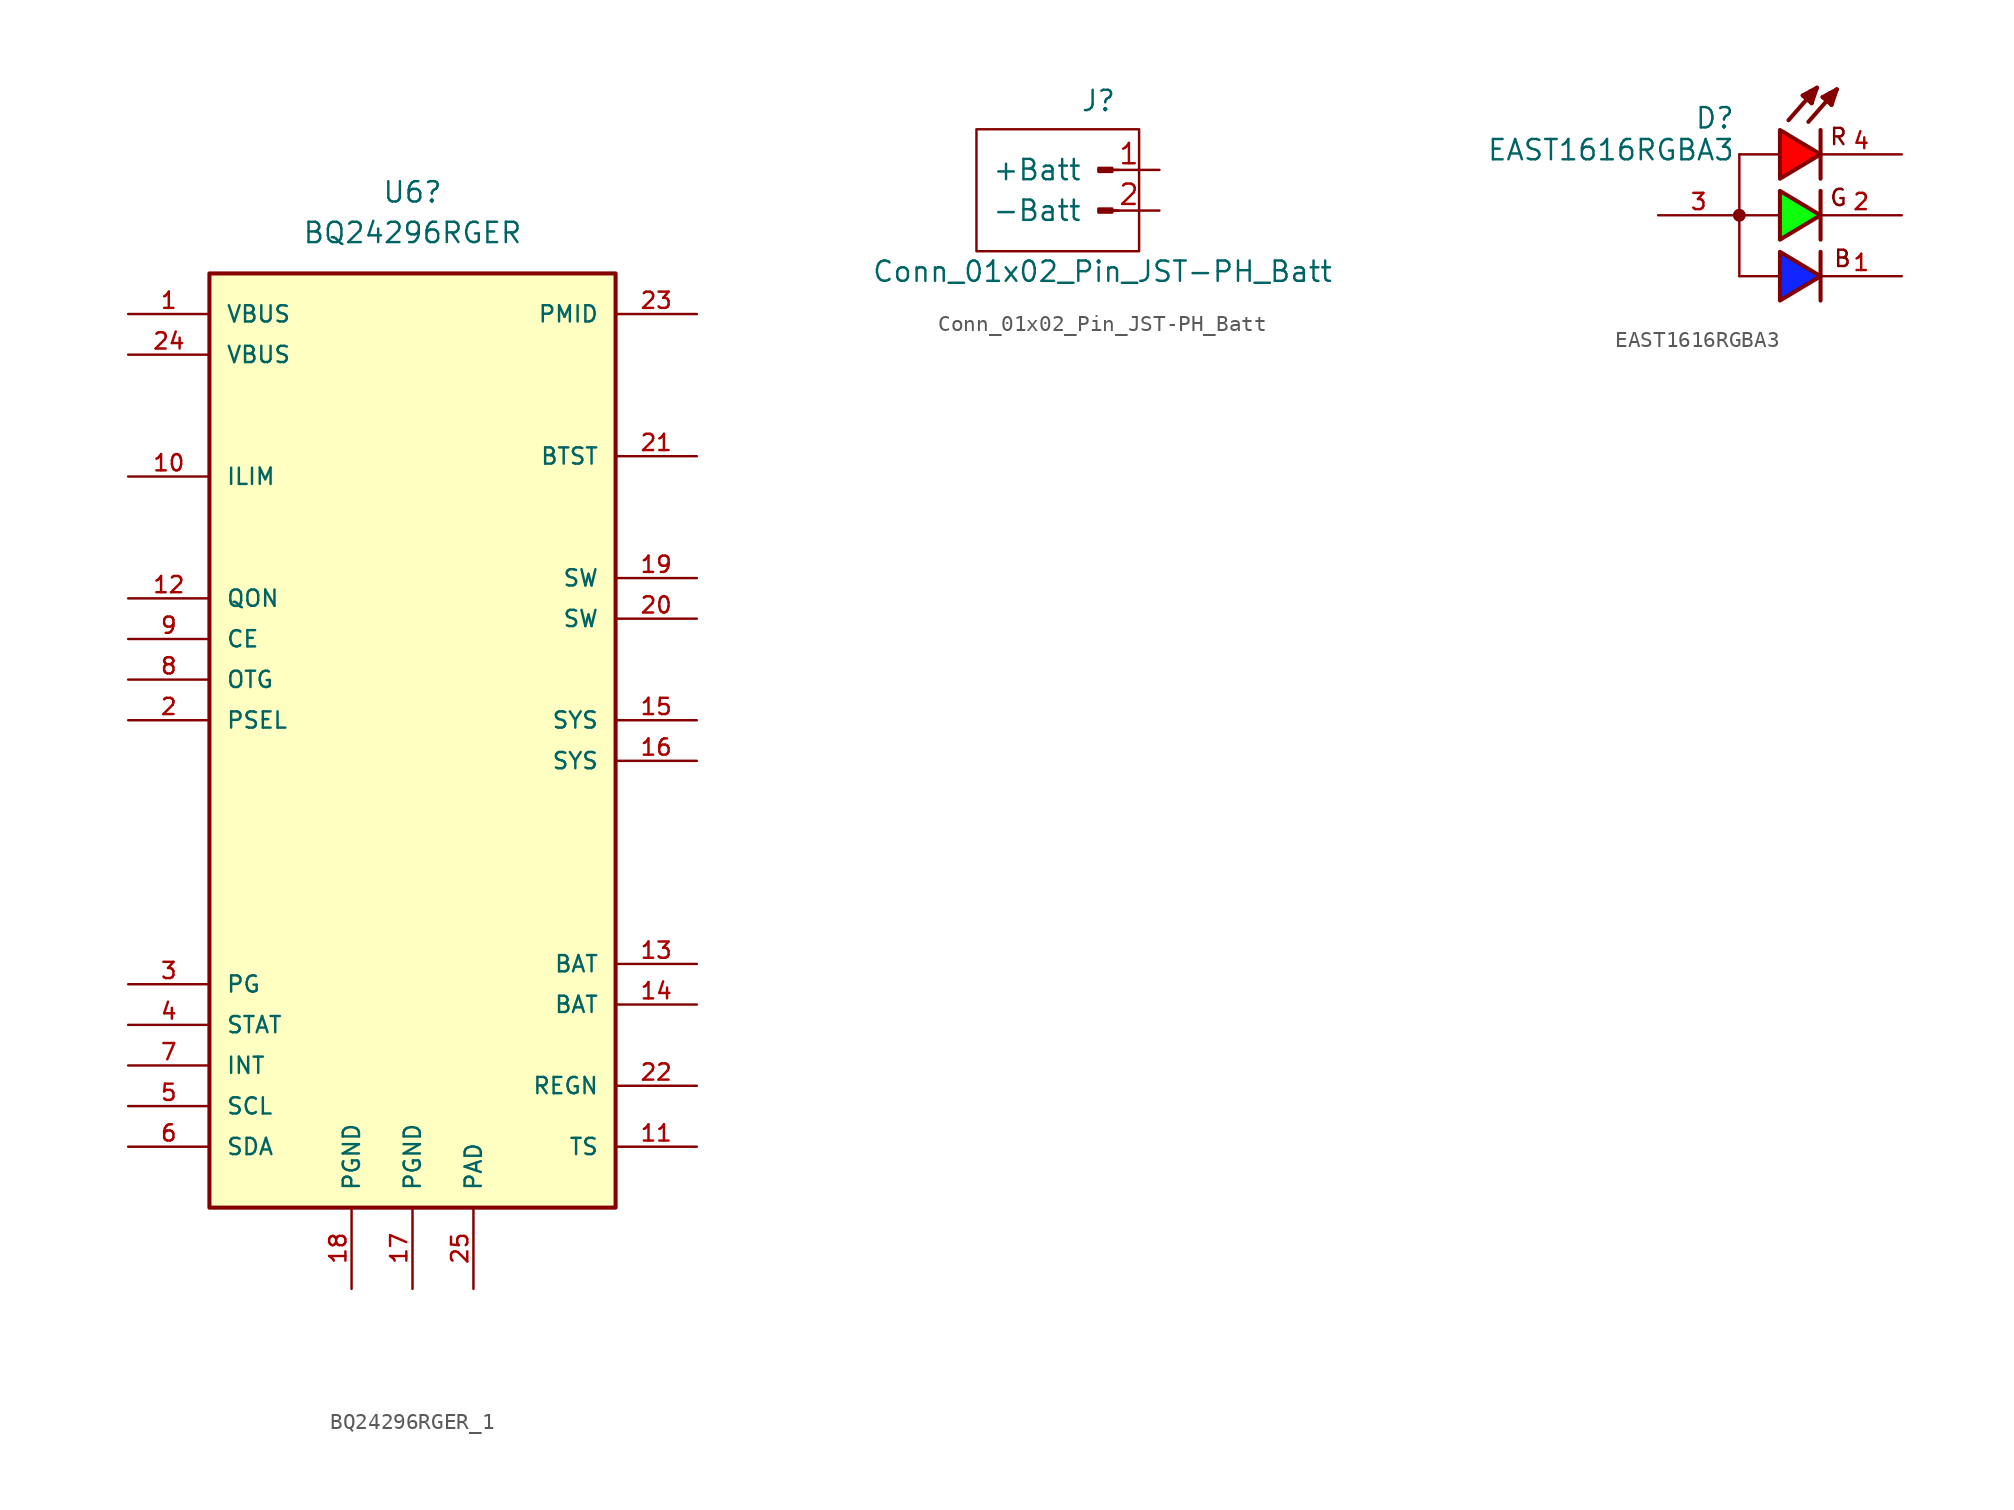
<source format=kicad_sym>
(kicad_symbol_lib
  (version 20231120)
  (generator "kicad_symbol_editor")
  (generator_version "8.0")
  (symbol "BQ24296RGER_1"
    (pin_names
      (offset 1.016))
    (property "Reference" "U6"
      (at 0 27.94 0)
      (effects (font (size 1.27 1.27))))
    (property "Value" "BQ24296RGER"
      (at 0 25.4 0)
      (effects (font (size 1.27 1.27))))
    (symbol "BQ24296RGER_1_0_0"
      (rectangle (start -12.7 22.86) (end 12.7 -35.56) (stroke (width 0.254) (type default)) (fill (type background)))
      (pin power_in line (at -17.78 20.32 0) (length 5.08) (name "VBUS" (effects (font (size 1.016 1.016)))) (number "1" (effects (font (size 1.016 1.016)))))
      (pin input line (at 17.78 -31.75 180) (length 5.08) (name "TS" (effects (font (size 1.016 1.016)))) (number "11" (effects (font (size 1.016 1.016)))))
      (pin input line (at -17.78 2.54 0) (length 5.08) (name "QON" (effects (font (size 1.016 1.016)))) (number "12" (effects (font (size 1.016 1.016)))))
      (pin power_in line (at 17.78 -20.32 180) (length 5.08) (name "BAT" (effects (font (size 1.016 1.016)))) (number "13" (effects (font (size 1.016 1.016)))))
      (pin power_in line (at 17.78 -22.86 180) (length 5.08) (name "BAT" (effects (font (size 1.016 1.016)))) (number "14" (effects (font (size 1.016 1.016)))))
      (pin power_out line (at 17.78 -5.08 180) (length 5.08) (name "SYS" (effects (font (size 1.016 1.016)))) (number "15" (effects (font (size 1.016 1.016)))))
      (pin power_in line (at 0 -40.64 90) (length 5.08) (name "PGND" (effects (font (size 1.016 1.016)))) (number "17" (effects (font (size 1.016 1.016)))))
      (pin power_in line (at -3.81 -40.64 90) (length 5.08) (name "PGND" (effects (font (size 1.016 1.016)))) (number "18" (effects (font (size 1.016 1.016)))))
      (pin output line (at 17.78 3.81 180) (length 5.08) (name "SW" (effects (font (size 1.016 1.016)))) (number "19" (effects (font (size 1.016 1.016)))))
      (pin input line (at -17.78 -5.08 0) (length 5.08) (name "PSEL" (effects (font (size 1.016 1.016)))) (number "2" (effects (font (size 1.016 1.016)))))
      (pin output line (at 17.78 1.27 180) (length 5.08) (name "SW" (effects (font (size 1.016 1.016)))) (number "20" (effects (font (size 1.016 1.016)))))
      (pin input line (at 17.78 11.43 180) (length 5.08) (name "BTST" (effects (font (size 1.016 1.016)))) (number "21" (effects (font (size 1.016 1.016)))))
      (pin power_out line (at 17.78 -27.94 180) (length 5.08) (name "REGN" (effects (font (size 1.016 1.016)))) (number "22" (effects (font (size 1.016 1.016)))))
      (pin power_out line (at 17.78 20.32 180) (length 5.08) (name "PMID" (effects (font (size 1.016 1.016)))) (number "23" (effects (font (size 1.016 1.016)))))
      (pin power_in line (at -17.78 17.78 0) (length 5.08) (name "VBUS" (effects (font (size 1.016 1.016)))) (number "24" (effects (font (size 1.016 1.016)))))
      (pin open_collector line (at -17.78 -21.59 0) (length 5.08) (name "PG" (effects (font (size 1.016 1.016)))) (number "3" (effects (font (size 1.016 1.016)))))
      (pin open_collector line (at -17.78 -24.13 0) (length 5.08) (name "STAT" (effects (font (size 1.016 1.016)))) (number "4" (effects (font (size 1.016 1.016)))))
      (pin open_collector line (at -17.78 -29.21 0) (length 5.08) (name "SCL" (effects (font (size 1.016 1.016)))) (number "5" (effects (font (size 1.016 1.016)))))
      (pin open_collector line (at -17.78 -31.75 0) (length 5.08) (name "SDA" (effects (font (size 1.016 1.016)))) (number "6" (effects (font (size 1.016 1.016)))))
      (pin open_collector line (at -17.78 -26.67 0) (length 5.08) (name "INT" (effects (font (size 1.016 1.016)))) (number "7" (effects (font (size 1.016 1.016)))))
      (pin input line (at -17.78 -2.54 0) (length 5.08) (name "OTG" (effects (font (size 1.016 1.016)))) (number "8" (effects (font (size 1.016 1.016)))))
      (pin input line (at -17.78 0 0) (length 5.08) (name "CE" (effects (font (size 1.016 1.016)))) (number "9" (effects (font (size 1.016 1.016))))))
    (symbol "BQ24296RGER_1_1_0"
      (pin open_emitter line (at -17.78 10.16 0) (length 5.08) (name "ILIM" (effects (font (size 1.016 1.016)))) (number "10" (effects (font (size 1.016 1.016)))))
      (pin passive line (at 17.78 -7.62 180) (length 5.08) (name "SYS" (effects (font (size 1.016 1.016)))) (number "16" (effects (font (size 1.016 1.016))))))
    (symbol "BQ24296RGER_1_1_1"
      (pin power_in line (at 3.81 -40.64 90) (length 5.08) (name "PAD" (effects (font (size 1.016 1.016)))) (number "25" (effects (font (size 1.016 1.016)))))))
  (symbol "Conn_01x02_Pin_JST-PH_Batt"
    (pin_names
      (offset 1.016))
    (property "Reference" "J"
      (at 0 4.318 0)
      (effects (font (size 1.27 1.27))))
    (property "Value" "Conn_01x02_Pin_JST-PH_Batt"
      (at 0.254 -6.35 0)
      (effects (font (size 1.27 1.27))))
    (symbol "Conn_01x02_Pin_JST-PH_Batt_0_1"
      (rectangle (start -7.62 2.54) (end 2.54 -5.08) (stroke (width 0) (type default)) (fill (type none))))
    (symbol "Conn_01x02_Pin_JST-PH_Batt_1_1"
      (polyline (pts (xy 1.27 -2.54) (xy 0.864 -2.54)) (stroke (width 0.152) (type default)) (fill (type none)))
      (polyline (pts (xy 1.27 0) (xy 0.864 0)) (stroke (width 0.152) (type default)) (fill (type none)))
      (rectangle (start 0 0.127) (end 0.864 -0.127) (stroke (width 0.152) (type default)) (fill (type outline)))
      (rectangle (start 0.864 -2.413) (end 0 -2.667) (stroke (width 0.152) (type default)) (fill (type outline)))
      (pin power_out line (at 3.81 0 180) (length 3.81) (name "+Batt" (effects (font (size 1.27 1.27)))) (number "1" (effects (font (size 1.27 1.27)))))
      (pin power_out line (at 3.81 -2.54 180) (length 3.81) (name "-Batt" (effects (font (size 1.27 1.27)))) (number "2" (effects (font (size 1.27 1.27)))))))
  (symbol "EAST1616RGBA3"
    (pin_names
      (offset 1.016))
    (property "Reference" "D"
      (at -2.794 9.144 0)
      (effects (font (size 1.27 1.27)) (justify right bottom)))
    (property "Value" "EAST1616RGBA3"
      (at -2.794 8.636 0)
      (effects (font (size 1.27 1.27)) (justify right top)))
    (symbol "EAST1616RGBA3_0_0"
      (circle (center -2.54 3.81) (radius 0.203) (stroke (width 0.406) (type default)) (fill (type none)))
      (polyline (pts (xy -2.54 0) (xy 0 0)) (stroke (width 0.152) (type default)) (fill (type none)))
      (polyline (pts (xy 0 3.81) (xy -2.54 3.81)) (stroke (width 0.152) (type default)) (fill (type none)))
      (polyline (pts (xy 0 7.62) (xy -2.54 7.62)) (stroke (width 0.152) (type default)) (fill (type none)))
      (polyline (pts (xy 1.422 11.303) (xy 2.311 11.786)) (stroke (width 0.254) (type default)) (fill (type none)))
      (polyline (pts (xy 1.6 11.227) (xy 1.829 11.379)) (stroke (width 0.254) (type default)) (fill (type none)))
      (polyline (pts (xy 1.981 10.82) (xy 1.422 11.303)) (stroke (width 0.254) (type default)) (fill (type none)))
      (polyline (pts (xy 1.981 10.82) (xy 2.007 11.557)) (stroke (width 0.254) (type default)) (fill (type none)))
      (polyline (pts (xy 2.007 11.557) (xy 1.88 11.557)) (stroke (width 0.254) (type default)) (fill (type none)))
      (polyline (pts (xy 2.311 11.786) (xy 0.533 9.754)) (stroke (width 0.254) (type default)) (fill (type none)))
      (polyline (pts (xy 2.311 11.786) (xy 1.981 10.82)) (stroke (width 0.254) (type default)) (fill (type none)))
      (polyline (pts (xy 2.54 1.524) (xy 2.54 -1.524)) (stroke (width 0.254) (type default)) (fill (type none)))
      (polyline (pts (xy 2.54 5.334) (xy 2.54 2.286)) (stroke (width 0.254) (type default)) (fill (type none)))
      (polyline (pts (xy 2.54 9.144) (xy 2.54 6.096)) (stroke (width 0.254) (type default)) (fill (type none)))
      (polyline (pts (xy 2.667 11.201) (xy 3.556 11.684)) (stroke (width 0.254) (type default)) (fill (type none)))
      (polyline (pts (xy 2.845 11.125) (xy 3.073 11.278)) (stroke (width 0.254) (type default)) (fill (type none)))
      (polyline (pts (xy 3.226 10.719) (xy 2.667 11.201)) (stroke (width 0.254) (type default)) (fill (type none)))
      (polyline (pts (xy 3.226 10.719) (xy 3.251 11.455)) (stroke (width 0.254) (type default)) (fill (type none)))
      (polyline (pts (xy 3.251 11.455) (xy 3.124 11.455)) (stroke (width 0.254) (type default)) (fill (type none)))
      (polyline (pts (xy 3.556 11.684) (xy 1.778 9.652)) (stroke (width 0.254) (type default)) (fill (type none)))
      (polyline (pts (xy 3.556 11.684) (xy 3.226 10.719)) (stroke (width 0.254) (type default)) (fill (type none)))
      (pin passive line (at 7.62 0 180) (length 5.08) (name "~" (effects (font (size 1.016 1.016)))) (number "1" (effects (font (size 1.016 1.016)))))
      (pin passive line (at 7.62 3.81 180) (length 5.08) (name "~" (effects (font (size 1.016 1.016)))) (number "2" (effects (font (size 1.016 1.016)))))
      (pin passive line (at -7.62 3.81 0) (length 5.08) (name "~" (effects (font (size 1.016 1.016)))) (number "3" (effects (font (size 1.016 1.016)))))
      (pin passive line (at 7.62 7.62 180) (length 5.08) (name "~" (effects (font (size 1.016 1.016)))) (number "4" (effects (font (size 1.016 1.016))))))
    (symbol "EAST1616RGBA3_0_1"
      (polyline (pts (xy 2.54 7.62) (xy 0 6.096) (xy 0 9.144) (xy 2.54 7.62)) (stroke (width 0.254) (type default)) (fill (type color) (color 255 0 0 1))))
    (symbol "EAST1616RGBA3_1_0"
      (polyline (pts (xy -2.54 0) (xy -2.54 7.62)) (stroke (width 0) (type default)) (fill (type none)))
      (text "B" (at 3.302 0.508 0) (effects (font (size 1.016 1.016)) (justify left bottom)))
      (text "G" (at 3.048 4.318 0) (effects (font (size 1.016 1.016)) (justify left bottom)))
      (text "R" (at 3.048 8.128 0) (effects (font (size 1.016 1.016)) (justify left bottom))))
    (symbol "EAST1616RGBA3_1_1"
      (polyline (pts (xy 2.54 0) (xy 0 -1.524) (xy 0 1.524) (xy 2.54 0)) (stroke (width 0.254) (type default)) (fill (type color) (color 16 37 255 1)))
      (polyline (pts (xy 2.54 3.81) (xy 0 2.286) (xy 0 5.334) (xy 2.54 3.81)) (stroke (width 0.254) (type default)) (fill (type color) (color 13 255 14 1))))))
</source>
